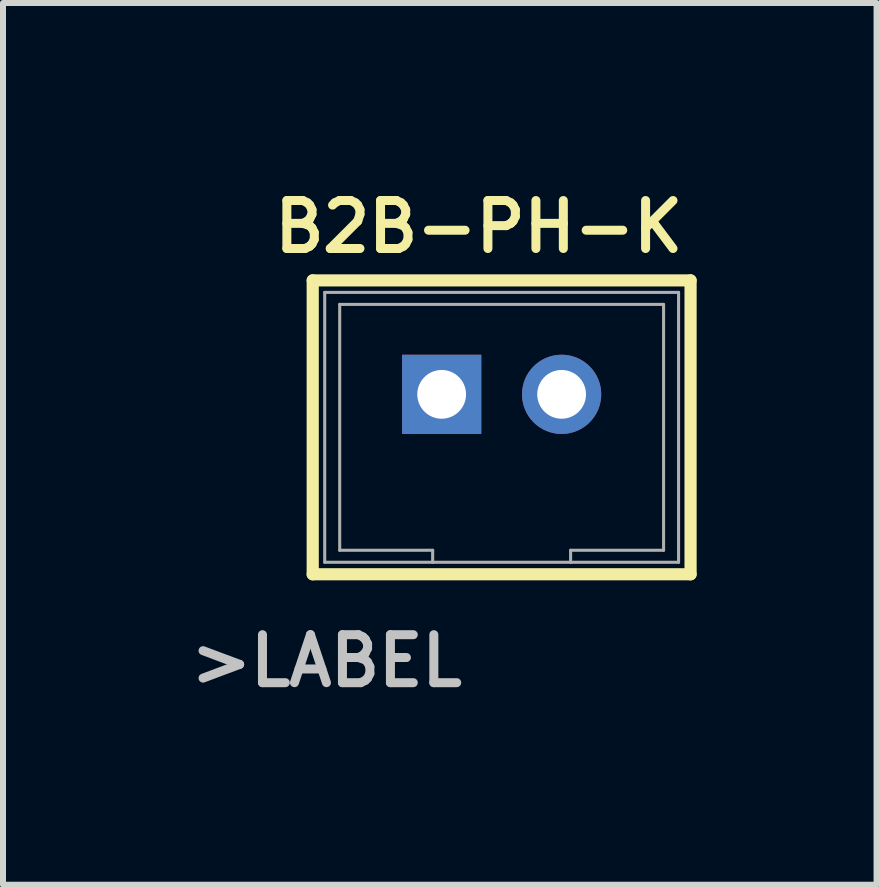
<source format=kicad_pcb>
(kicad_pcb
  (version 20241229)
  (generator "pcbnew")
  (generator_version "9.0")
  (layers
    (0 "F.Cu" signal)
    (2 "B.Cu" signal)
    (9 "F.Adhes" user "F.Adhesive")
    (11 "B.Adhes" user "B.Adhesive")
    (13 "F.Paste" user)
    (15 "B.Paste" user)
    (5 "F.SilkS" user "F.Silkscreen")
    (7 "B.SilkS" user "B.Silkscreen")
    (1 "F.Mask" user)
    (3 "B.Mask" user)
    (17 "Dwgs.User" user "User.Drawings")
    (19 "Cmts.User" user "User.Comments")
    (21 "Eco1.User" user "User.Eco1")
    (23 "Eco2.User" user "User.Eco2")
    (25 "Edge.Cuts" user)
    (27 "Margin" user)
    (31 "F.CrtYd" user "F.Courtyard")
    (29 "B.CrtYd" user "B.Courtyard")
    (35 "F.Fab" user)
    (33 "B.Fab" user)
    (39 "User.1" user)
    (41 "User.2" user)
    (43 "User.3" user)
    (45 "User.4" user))
  (footprint "B2B-PH-K"
    (layer "F.Cu")
    (at 5.314 3.525)
    (property "Reference" "B2B-PH-K" (at -0.381 -2.794 0) (layer "F.SilkS") (effects (font (size 0.8 0.8) (thickness 0.15))))
    (attr through_hole)
    (fp_line (start -3.15 -1.9) (end 3.15 -1.9) (stroke (width 0.203) (type solid)) (layer "F.SilkS"))
    (fp_line (start -3.15 3) (end -3.15 -1.9) (stroke (width 0.203) (type solid)) (layer "F.SilkS"))
    (fp_line (start 3.15 -1.9) (end 3.15 3) (stroke (width 0.203) (type solid)) (layer "F.SilkS"))
    (fp_line (start 3.15 3) (end -3.15 3) (stroke (width 0.203) (type solid)) (layer "F.SilkS"))
    (fp_line (start -2.95 -1.7) (end 2.95 -1.7) (stroke (width 0.051) (type solid)) (layer "F.Fab"))
    (fp_line (start -2.95 2.8) (end -2.95 -1.7) (stroke (width 0.051) (type solid)) (layer "F.Fab"))
    (fp_line (start -2.7 2.6) (end -2.7 -1.5) (stroke (width 0.051) (type solid)) (layer "F.Fab"))
    (fp_line (start -1.15 2.6) (end -2.7 2.6) (stroke (width 0.051) (type solid)) (layer "F.Fab"))
    (fp_line (start -1.15 2.8) (end -2.95 2.8) (stroke (width 0.051) (type solid)) (layer "F.Fab"))
    (fp_line (start -1.15 2.8) (end -1.15 2.6) (stroke (width 0.051) (type solid)) (layer "F.Fab"))
    (fp_line (start 1.15 2.8) (end -1.15 2.8) (stroke (width 0.051) (type solid)) (layer "F.Fab"))
    (fp_line (start 1.15 2.8) (end 1.15 2.6) (stroke (width 0.051) (type solid)) (layer "F.Fab"))
    (fp_line (start 2.7 -1.5) (end -2.7 -1.5) (stroke (width 0.051) (type solid)) (layer "F.Fab"))
    (fp_line (start 2.7 2.6) (end 1.15 2.6) (stroke (width 0.051) (type solid)) (layer "F.Fab"))
    (fp_line (start 2.7 2.6) (end 2.7 -1.5) (stroke (width 0.051) (type solid)) (layer "F.Fab"))
    (fp_line (start 2.95 -1.7) (end 2.95 2.8) (stroke (width 0.051) (type solid)) (layer "F.Fab"))
    (fp_line (start 2.95 2.8) (end 1.15 2.8) (stroke (width 0.051) (type solid)) (layer "F.Fab"))
    (fp_text user ">LABEL" (at -2.921 4.445 0) (layer "Dwgs.User") (effects (font (size 0.8 0.8) (thickness 0.15))))
    (pad "1" thru_hole rect (at -1 0) (size 1.321 1.321) (drill 0.813) (layers "*.Cu" "*.Mask"))
    (pad "2" thru_hole circle (at 1 0) (size 1.321 1.321) (drill 0.813) (layers "*.Cu" "*.Mask")))
  (gr_rect
    (start -3 -3)
    (end 11.565 11.701)
    (stroke (width 0.1) (type default))
    (fill no)
    (layer "Edge.Cuts")))
</source>
